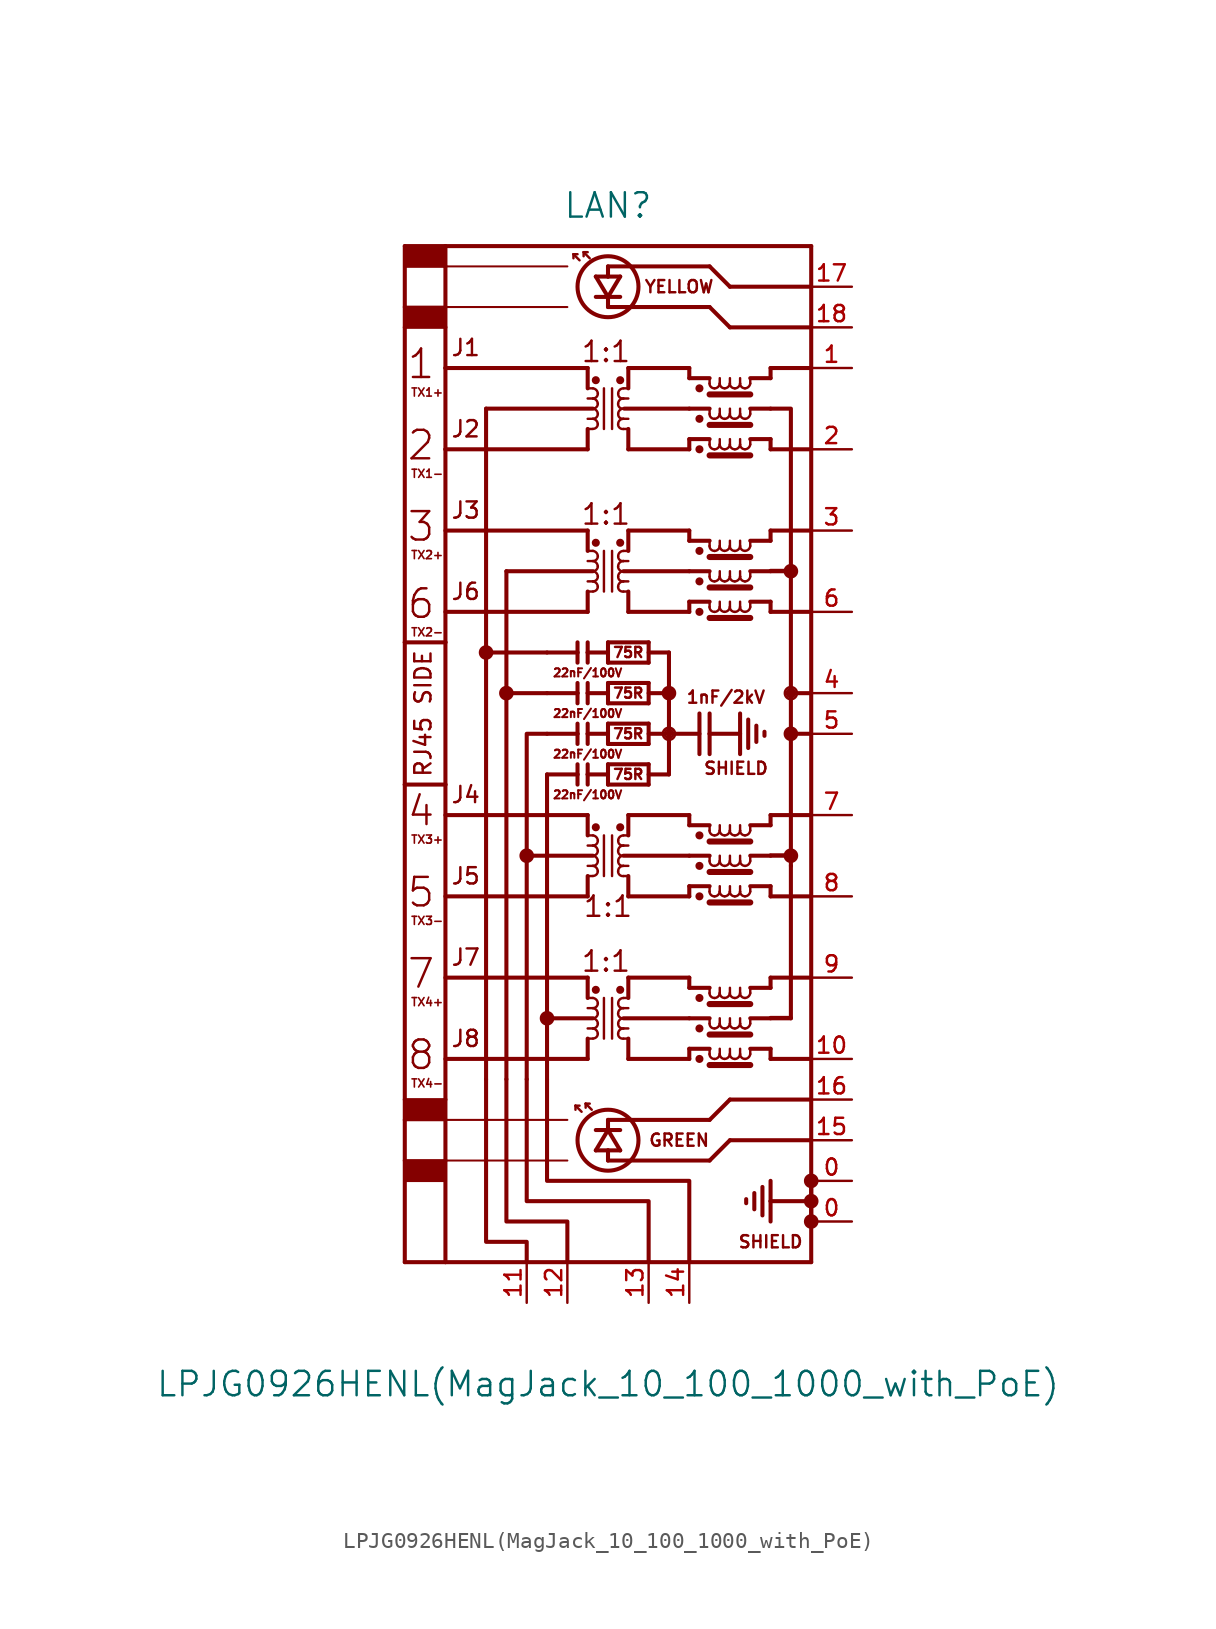
<source format=kicad_sym>
(kicad_symbol_lib
  (version 20220914)
  (generator kicad_symbol_editor)
  (symbol "LPJG0926HENL(MagJack_10_100_1000_with_PoE)"
    (pin_names hide)
    (property "Reference" "LAN"
      (at 0 35.56 0)
      (effects (font (size 1.524 1.524))))
    (property "Value" "LPJG0926HENL(MagJack_10_100_1000_with_PoE)"
      (at 0 -38.1 0)
      (effects (font (size 1.524 1.524))))
    (symbol "LPJG0926HENL(MagJack_10_100_1000_with_PoE)_0_1"
      (rectangle (start -12.7 -25.4) (end -10.16 -24.13) (stroke (width 0) (type solid)) (fill (type outline)))
      (rectangle (start -12.7 -21.59) (end -10.16 -20.32) (stroke (width 0) (type solid)) (fill (type outline)))
      (rectangle (start -12.7 27.94) (end -10.16 29.21) (stroke (width 0) (type solid)) (fill (type outline)))
      (rectangle (start -12.7 31.75) (end -10.16 33.02) (stroke (width 0) (type solid)) (fill (type outline)))
      (circle (center -7.62 7.62) (radius 0.381) (stroke (width 0) (type solid)) (fill (type outline)))
      (circle (center -6.35 5.08) (radius 0.381) (stroke (width 0) (type solid)) (fill (type outline)))
      (circle (center -5.08 -5.08) (radius 0.381) (stroke (width 0) (type solid)) (fill (type outline)))
      (circle (center -3.81 -15.24) (radius 0.381) (stroke (width 0) (type solid)) (fill (type outline)))
      (arc (start -0.9398 -16.51) (mid -0.7243 -16.4207) (end -0.635 -16.2052) (stroke (width 0) (type solid)) (fill (type none)))
      (arc (start -0.9398 -15.875) (mid -0.7243 -15.7857) (end -0.635 -15.5702) (stroke (width 0) (type solid)) (fill (type none)))
      (arc (start -0.9398 -15.24) (mid -0.7243 -15.1507) (end -0.635 -14.9352) (stroke (width 0) (type solid)) (fill (type none)))
      (arc (start -0.9398 -14.605) (mid -0.7243 -14.5157) (end -0.635 -14.3002) (stroke (width 0) (type solid)) (fill (type none)))
      (arc (start -0.9398 -6.35) (mid -0.7243 -6.2607) (end -0.635 -6.0452) (stroke (width 0) (type solid)) (fill (type none)))
      (arc (start -0.9398 -5.715) (mid -0.7243 -5.6257) (end -0.635 -5.4102) (stroke (width 0) (type solid)) (fill (type none)))
      (arc (start -0.9398 -5.08) (mid -0.7243 -4.9907) (end -0.635 -4.7752) (stroke (width 0) (type solid)) (fill (type none)))
      (arc (start -0.9398 -4.445) (mid -0.7243 -4.3557) (end -0.635 -4.1402) (stroke (width 0) (type solid)) (fill (type none)))
      (arc (start -0.9398 11.43) (mid -0.7243 11.5193) (end -0.635 11.7348) (stroke (width 0) (type solid)) (fill (type none)))
      (arc (start -0.9398 12.065) (mid -0.7243 12.1543) (end -0.635 12.3698) (stroke (width 0) (type solid)) (fill (type none)))
      (arc (start -0.9398 12.7) (mid -0.7243 12.7893) (end -0.635 13.0048) (stroke (width 0) (type solid)) (fill (type none)))
      (arc (start -0.9398 13.335) (mid -0.7243 13.4243) (end -0.635 13.6398) (stroke (width 0) (type solid)) (fill (type none)))
      (arc (start -0.9398 21.59) (mid -0.7243 21.6793) (end -0.635 21.8948) (stroke (width 0) (type solid)) (fill (type none)))
      (arc (start -0.9398 22.225) (mid -0.7243 22.3143) (end -0.635 22.5298) (stroke (width 0) (type solid)) (fill (type none)))
      (arc (start -0.9398 22.86) (mid -0.7243 22.9493) (end -0.635 23.1648) (stroke (width 0) (type solid)) (fill (type none)))
      (arc (start -0.9398 23.495) (mid -0.7243 23.5843) (end -0.635 23.7998) (stroke (width 0) (type solid)) (fill (type none)))
      (circle (center -0.762 -13.462) (radius 0.127) (stroke (width 0.254) (type solid)) (fill (type outline)))
      (circle (center -0.762 -3.302) (radius 0.127) (stroke (width 0.254) (type solid)) (fill (type outline)))
      (circle (center -0.762 14.478) (radius 0.127) (stroke (width 0.254) (type solid)) (fill (type outline)))
      (circle (center -0.762 24.638) (radius 0.127) (stroke (width 0.254) (type solid)) (fill (type outline)))
      (arc (start -0.635 -16.2052) (mid -0.7243 -15.9897) (end -0.9398 -15.875) (stroke (width 0) (type solid)) (fill (type none)))
      (arc (start -0.635 -15.5702) (mid -0.7243 -15.3547) (end -0.9398 -15.24) (stroke (width 0) (type solid)) (fill (type none)))
      (arc (start -0.635 -14.9352) (mid -0.7243 -14.7197) (end -0.9398 -14.605) (stroke (width 0) (type solid)) (fill (type none)))
      (arc (start -0.635 -14.3002) (mid -0.7243 -14.0847) (end -0.9398 -13.97) (stroke (width 0) (type solid)) (fill (type none)))
      (arc (start -0.635 -6.0452) (mid -0.7243 -5.8297) (end -0.9398 -5.715) (stroke (width 0) (type solid)) (fill (type none)))
      (arc (start -0.635 -5.4102) (mid -0.7243 -5.1947) (end -0.9398 -5.08) (stroke (width 0) (type solid)) (fill (type none)))
      (arc (start -0.635 -4.7752) (mid -0.7243 -4.5597) (end -0.9398 -4.445) (stroke (width 0) (type solid)) (fill (type none)))
      (arc (start -0.635 -4.1402) (mid -0.7243 -3.9247) (end -0.9398 -3.81) (stroke (width 0) (type solid)) (fill (type none)))
      (arc (start -0.635 11.7348) (mid -0.7243 11.9503) (end -0.9398 12.065) (stroke (width 0) (type solid)) (fill (type none)))
      (arc (start -0.635 12.3698) (mid -0.7243 12.5853) (end -0.9398 12.7) (stroke (width 0) (type solid)) (fill (type none)))
      (arc (start -0.635 13.0048) (mid -0.7243 13.2203) (end -0.9398 13.335) (stroke (width 0) (type solid)) (fill (type none)))
      (arc (start -0.635 13.6398) (mid -0.7243 13.8553) (end -0.9398 13.97) (stroke (width 0) (type solid)) (fill (type none)))
      (arc (start -0.635 21.8948) (mid -0.7243 22.1103) (end -0.9398 22.225) (stroke (width 0) (type solid)) (fill (type none)))
      (arc (start -0.635 22.5298) (mid -0.7243 22.7453) (end -0.9398 22.86) (stroke (width 0) (type solid)) (fill (type none)))
      (arc (start -0.635 23.1648) (mid -0.7243 23.3803) (end -0.9398 23.495) (stroke (width 0) (type solid)) (fill (type none)))
      (arc (start -0.635 23.7998) (mid -0.7243 24.0153) (end -0.9398 24.13) (stroke (width 0) (type solid)) (fill (type none)))
      (circle (center 0 -22.86) (radius 1.905) (stroke (width 0.254) (type solid)) (fill (type none)))
      (polyline (pts (xy -12.7 -30.48) (xy -10.16 -30.48)) (stroke (width 0.254) (type solid)) (fill (type none)))
      (polyline (pts (xy -12.7 -24.13) (xy -12.7 -30.48)) (stroke (width 0.254) (type solid)) (fill (type none)))
      (polyline (pts (xy -12.7 -21.59) (xy -12.7 -24.13)) (stroke (width 0.254) (type solid)) (fill (type none)))
      (polyline (pts (xy -12.7 -20.32) (xy -12.7 -21.59)) (stroke (width 0.254) (type solid)) (fill (type none)))
      (polyline (pts (xy -12.7 -20.32) (xy -10.16 -20.32)) (stroke (width 0) (type solid)) (fill (type none)))
      (polyline (pts (xy -12.7 -0.635) (xy -12.7 -20.32)) (stroke (width 0.254) (type solid)) (fill (type none)))
      (polyline (pts (xy -12.7 -0.635) (xy -10.16 -0.635)) (stroke (width 0.254) (type solid)) (fill (type none)))
      (polyline (pts (xy -12.7 8.255) (xy -12.7 -0.635)) (stroke (width 0.254) (type solid)) (fill (type none)))
      (polyline (pts (xy -12.7 8.255) (xy -10.16 8.255)) (stroke (width 0.254) (type solid)) (fill (type none)))
      (polyline (pts (xy -12.7 27.94) (xy -12.7 8.255)) (stroke (width 0.254) (type solid)) (fill (type none)))
      (polyline (pts (xy -12.7 29.21) (xy -12.7 27.94)) (stroke (width 0.254) (type solid)) (fill (type none)))
      (polyline (pts (xy -12.7 33.02) (xy -12.7 29.21)) (stroke (width 0.254) (type solid)) (fill (type none)))
      (polyline (pts (xy -10.16 -30.48) (xy -10.16 -24.13)) (stroke (width 0.254) (type solid)) (fill (type none)))
      (polyline (pts (xy -10.16 -24.13) (xy -12.7 -24.13)) (stroke (width 0) (type solid)) (fill (type none)))
      (polyline (pts (xy -10.16 -24.13) (xy -10.16 -21.59)) (stroke (width 0.254) (type solid)) (fill (type none)))
      (polyline (pts (xy -10.16 -24.13) (xy -2.54 -24.13)) (stroke (width 0.127) (type solid)) (fill (type none)))
      (polyline (pts (xy -10.16 -21.59) (xy -12.7 -21.59)) (stroke (width 0) (type solid)) (fill (type none)))
      (polyline (pts (xy -10.16 -21.59) (xy -10.16 -20.32)) (stroke (width 0.254) (type solid)) (fill (type none)))
      (polyline (pts (xy -10.16 -21.59) (xy -2.54 -21.59)) (stroke (width 0.127) (type solid)) (fill (type none)))
      (polyline (pts (xy -10.16 -20.32) (xy -10.16 -0.635)) (stroke (width 0.254) (type solid)) (fill (type none)))
      (polyline (pts (xy -10.16 -17.78) (xy -1.27 -17.78)) (stroke (width 0.254) (type solid)) (fill (type none)))
      (polyline (pts (xy -10.16 -12.7) (xy -1.27 -12.7)) (stroke (width 0.254) (type solid)) (fill (type none)))
      (polyline (pts (xy -10.16 -7.62) (xy -1.27 -7.62)) (stroke (width 0.254) (type solid)) (fill (type none)))
      (polyline (pts (xy -10.16 -2.54) (xy -1.27 -2.54)) (stroke (width 0.254) (type solid)) (fill (type none)))
      (polyline (pts (xy -10.16 -0.635) (xy -10.16 8.255)) (stroke (width 0.254) (type solid)) (fill (type none)))
      (polyline (pts (xy -10.16 8.255) (xy -10.16 20.32)) (stroke (width 0.254) (type solid)) (fill (type none)))
      (polyline (pts (xy -10.16 10.16) (xy -1.27 10.16)) (stroke (width 0.254) (type solid)) (fill (type none)))
      (polyline (pts (xy -10.16 15.24) (xy -1.27 15.24)) (stroke (width 0.254) (type solid)) (fill (type none)))
      (polyline (pts (xy -10.16 20.32) (xy -10.16 25.4)) (stroke (width 0.254) (type solid)) (fill (type none)))
      (polyline (pts (xy -10.16 20.32) (xy -1.27 20.32)) (stroke (width 0.254) (type solid)) (fill (type none)))
      (polyline (pts (xy -10.16 25.4) (xy -10.16 27.94)) (stroke (width 0.254) (type solid)) (fill (type none)))
      (polyline (pts (xy -10.16 25.4) (xy -1.27 25.4)) (stroke (width 0.254) (type solid)) (fill (type none)))
      (polyline (pts (xy -10.16 27.94) (xy -12.7 27.94)) (stroke (width 0) (type solid)) (fill (type none)))
      (polyline (pts (xy -10.16 27.94) (xy -10.16 29.21)) (stroke (width 0.254) (type solid)) (fill (type none)))
      (polyline (pts (xy -10.16 29.21) (xy -12.7 29.21)) (stroke (width 0) (type solid)) (fill (type none)))
      (polyline (pts (xy -10.16 29.21) (xy -10.16 31.75)) (stroke (width 0.254) (type solid)) (fill (type none)))
      (polyline (pts (xy -10.16 29.21) (xy -2.54 29.21)) (stroke (width 0.127) (type solid)) (fill (type none)))
      (polyline (pts (xy -10.16 31.75) (xy -12.7 31.75)) (stroke (width 0) (type solid)) (fill (type none)))
      (polyline (pts (xy -10.16 31.75) (xy -10.16 33.02)) (stroke (width 0.254) (type solid)) (fill (type none)))
      (polyline (pts (xy -10.16 31.75) (xy -2.54 31.75)) (stroke (width 0.127) (type solid)) (fill (type none)))
      (polyline (pts (xy -10.16 33.02) (xy -12.7 33.02)) (stroke (width 0.254) (type solid)) (fill (type none)))
      (polyline (pts (xy -10.16 33.02) (xy 12.7 33.02)) (stroke (width 0.254) (type solid)) (fill (type none)))
      (polyline (pts (xy -7.62 22.86) (xy -7.62 -19.05)) (stroke (width 0.254) (type solid)) (fill (type none)))
      (polyline (pts (xy -6.35 12.7) (xy -6.35 -19.05)) (stroke (width 0.254) (type solid)) (fill (type none)))
      (polyline (pts (xy -5.08 -5.08) (xy -5.08 -19.05)) (stroke (width 0.254) (type solid)) (fill (type none)))
      (polyline (pts (xy -3.81 -15.24) (xy -3.81 -19.05)) (stroke (width 0.254) (type solid)) (fill (type none)))
      (polyline (pts (xy -3.81 -15.24) (xy -3.81 0)) (stroke (width 0.254) (type solid)) (fill (type none)))
      (polyline (pts (xy -3.81 5.08) (xy -6.35 5.08)) (stroke (width 0.254) (type solid)) (fill (type none)))
      (polyline (pts (xy -3.81 7.62) (xy -7.62 7.62)) (stroke (width 0.254) (type solid)) (fill (type none)))
      (polyline (pts (xy -2.159 32.512) (xy -2.159 32.258)) (stroke (width 0) (type solid)) (fill (type none)))
      (polyline (pts (xy -2.032 -20.701) (xy -2.032 -20.955)) (stroke (width 0) (type solid)) (fill (type none)))
      (polyline (pts (xy -1.905 -0.635) (xy -1.905 0)) (stroke (width 0.254) (type solid)) (fill (type none)))
      (polyline (pts (xy -1.905 0) (xy -3.81 0)) (stroke (width 0.254) (type solid)) (fill (type none)))
      (polyline (pts (xy -1.905 0) (xy -1.905 0.635)) (stroke (width 0.254) (type solid)) (fill (type none)))
      (polyline (pts (xy -1.905 1.905) (xy -1.905 2.54)) (stroke (width 0.254) (type solid)) (fill (type none)))
      (polyline (pts (xy -1.905 2.54) (xy -3.81 2.54)) (stroke (width 0.254) (type solid)) (fill (type none)))
      (polyline (pts (xy -1.905 2.54) (xy -1.905 3.175)) (stroke (width 0.254) (type solid)) (fill (type none)))
      (polyline (pts (xy -1.905 4.445) (xy -1.905 5.08)) (stroke (width 0.254) (type solid)) (fill (type none)))
      (polyline (pts (xy -1.905 5.08) (xy -3.81 5.08)) (stroke (width 0.254) (type solid)) (fill (type none)))
      (polyline (pts (xy -1.905 5.08) (xy -1.905 5.715)) (stroke (width 0.254) (type solid)) (fill (type none)))
      (polyline (pts (xy -1.905 6.985) (xy -1.905 7.62)) (stroke (width 0.254) (type solid)) (fill (type none)))
      (polyline (pts (xy -1.905 7.62) (xy -3.81 7.62)) (stroke (width 0.254) (type solid)) (fill (type none)))
      (polyline (pts (xy -1.905 7.62) (xy -1.905 8.255)) (stroke (width 0.254) (type solid)) (fill (type none)))
      (polyline (pts (xy -1.905 32.512) (xy -2.159 32.512)) (stroke (width 0) (type solid)) (fill (type none)))
      (polyline (pts (xy -1.778 -20.701) (xy -2.032 -20.701)) (stroke (width 0) (type solid)) (fill (type none)))
      (polyline (pts (xy -1.778 32.131) (xy -2.159 32.512)) (stroke (width 0) (type solid)) (fill (type none)))
      (polyline (pts (xy -1.651 -21.082) (xy -2.032 -20.701)) (stroke (width 0) (type solid)) (fill (type none)))
      (polyline (pts (xy -1.524 32.639) (xy -1.524 32.385)) (stroke (width 0) (type solid)) (fill (type none)))
      (polyline (pts (xy -1.524 32.639) (xy -1.27 32.639)) (stroke (width 0) (type solid)) (fill (type none)))
      (polyline (pts (xy -1.397 -20.574) (xy -1.397 -20.828)) (stroke (width 0) (type solid)) (fill (type none)))
      (polyline (pts (xy -1.397 -20.574) (xy -1.143 -20.574)) (stroke (width 0) (type solid)) (fill (type none)))
      (polyline (pts (xy -1.27 -17.78) (xy -1.27 -16.51)) (stroke (width 0.254) (type solid)) (fill (type none)))
      (polyline (pts (xy -1.27 -15.875) (xy -0.94 -15.875)) (stroke (width 0) (type solid)) (fill (type none)))
      (polyline (pts (xy -1.27 -14.605) (xy -0.94 -14.605)) (stroke (width 0) (type solid)) (fill (type none)))
      (polyline (pts (xy -1.27 -13.97) (xy -0.94 -13.97)) (stroke (width 0) (type solid)) (fill (type none)))
      (polyline (pts (xy -1.27 -12.7) (xy -1.27 -13.97)) (stroke (width 0.254) (type solid)) (fill (type none)))
      (polyline (pts (xy -1.27 -7.62) (xy -1.27 -6.35)) (stroke (width 0.254) (type solid)) (fill (type none)))
      (polyline (pts (xy -1.27 -5.715) (xy -0.94 -5.715)) (stroke (width 0) (type solid)) (fill (type none)))
      (polyline (pts (xy -1.27 -4.445) (xy -0.94 -4.445)) (stroke (width 0) (type solid)) (fill (type none)))
      (polyline (pts (xy -1.27 -3.81) (xy -0.94 -3.81)) (stroke (width 0) (type solid)) (fill (type none)))
      (polyline (pts (xy -1.27 -2.54) (xy -1.27 -3.81)) (stroke (width 0.254) (type solid)) (fill (type none)))
      (polyline (pts (xy -1.27 -0.635) (xy -1.27 0)) (stroke (width 0.254) (type solid)) (fill (type none)))
      (polyline (pts (xy -1.27 0) (xy -1.27 0.635)) (stroke (width 0.254) (type solid)) (fill (type none)))
      (polyline (pts (xy -1.27 1.905) (xy -1.27 2.54)) (stroke (width 0.254) (type solid)) (fill (type none)))
      (polyline (pts (xy -1.27 2.54) (xy -1.27 3.175)) (stroke (width 0.254) (type solid)) (fill (type none)))
      (polyline (pts (xy -1.27 4.445) (xy -1.27 5.08)) (stroke (width 0.254) (type solid)) (fill (type none)))
      (polyline (pts (xy -1.27 5.08) (xy -1.27 5.715)) (stroke (width 0.254) (type solid)) (fill (type none)))
      (polyline (pts (xy -1.27 6.985) (xy -1.27 7.62)) (stroke (width 0.254) (type solid)) (fill (type none)))
      (polyline (pts (xy -1.27 7.62) (xy -1.27 8.255)) (stroke (width 0.254) (type solid)) (fill (type none)))
      (polyline (pts (xy -1.27 10.16) (xy -1.27 11.43)) (stroke (width 0.254) (type solid)) (fill (type none)))
      (polyline (pts (xy -1.27 12.065) (xy -0.94 12.065)) (stroke (width 0) (type solid)) (fill (type none)))
      (polyline (pts (xy -1.27 13.335) (xy -0.94 13.335)) (stroke (width 0) (type solid)) (fill (type none)))
      (polyline (pts (xy -1.27 13.97) (xy -0.94 13.97)) (stroke (width 0) (type solid)) (fill (type none)))
      (polyline (pts (xy -1.27 15.24) (xy -1.27 13.97)) (stroke (width 0.254) (type solid)) (fill (type none)))
      (polyline (pts (xy -1.27 20.32) (xy -1.27 21.59)) (stroke (width 0.254) (type solid)) (fill (type none)))
      (polyline (pts (xy -1.27 22.225) (xy -0.94 22.225)) (stroke (width 0) (type solid)) (fill (type none)))
      (polyline (pts (xy -1.27 23.495) (xy -0.94 23.495)) (stroke (width 0) (type solid)) (fill (type none)))
      (polyline (pts (xy -1.27 24.13) (xy -0.94 24.13)) (stroke (width 0) (type solid)) (fill (type none)))
      (polyline (pts (xy -1.27 25.4) (xy -1.27 24.13)) (stroke (width 0.254) (type solid)) (fill (type none)))
      (polyline (pts (xy -1.143 32.258) (xy -1.524 32.639)) (stroke (width 0) (type solid)) (fill (type none)))
      (polyline (pts (xy -1.016 -20.955) (xy -1.397 -20.574)) (stroke (width 0) (type solid)) (fill (type none)))
      (polyline (pts (xy -0.94 -16.51) (xy -1.27 -16.51)) (stroke (width 0) (type solid)) (fill (type none)))
      (polyline (pts (xy -0.94 -15.24) (xy -3.81 -15.24)) (stroke (width 0.254) (type solid)) (fill (type none)))
      (polyline (pts (xy -0.94 -6.35) (xy -1.27 -6.35)) (stroke (width 0) (type solid)) (fill (type none)))
      (polyline (pts (xy -0.94 -5.08) (xy -5.08 -5.08)) (stroke (width 0.254) (type solid)) (fill (type none)))
      (polyline (pts (xy -0.94 11.43) (xy -1.27 11.43)) (stroke (width 0) (type solid)) (fill (type none)))
      (polyline (pts (xy -0.94 12.7) (xy -6.35 12.7)) (stroke (width 0.254) (type solid)) (fill (type none)))
      (polyline (pts (xy -0.94 21.59) (xy -1.27 21.59)) (stroke (width 0) (type solid)) (fill (type none)))
      (polyline (pts (xy -0.94 22.86) (xy -7.62 22.86)) (stroke (width 0.254) (type solid)) (fill (type none)))
      (polyline (pts (xy -0.762 -23.495) (xy 0 -23.495)) (stroke (width 0.254) (type solid)) (fill (type none)))
      (polyline (pts (xy -0.762 -23.495) (xy 0 -22.225)) (stroke (width 0.254) (type solid)) (fill (type none)))
      (polyline (pts (xy -0.762 -22.225) (xy 0 -22.225)) (stroke (width 0.254) (type solid)) (fill (type none)))
      (polyline (pts (xy -0.254 -13.97) (xy -0.254 -16.51)) (stroke (width 0) (type solid)) (fill (type none)))
      (polyline (pts (xy -0.254 -3.81) (xy -0.254 -6.35)) (stroke (width 0) (type solid)) (fill (type none)))
      (polyline (pts (xy -0.254 13.97) (xy -0.254 11.43)) (stroke (width 0) (type solid)) (fill (type none)))
      (polyline (pts (xy -0.254 24.13) (xy -0.254 21.59)) (stroke (width 0) (type solid)) (fill (type none)))
      (polyline (pts (xy 0 -24.13) (xy 6.35 -24.13)) (stroke (width 0.254) (type solid)) (fill (type none)))
      (polyline (pts (xy 0 -23.495) (xy 0 -24.13)) (stroke (width 0.254) (type solid)) (fill (type none)))
      (polyline (pts (xy 0 -23.495) (xy 0.762 -23.495)) (stroke (width 0.254) (type solid)) (fill (type none)))
      (polyline (pts (xy 0 -22.225) (xy 0 -21.59)) (stroke (width 0.254) (type solid)) (fill (type none)))
      (polyline (pts (xy 0 -22.225) (xy 0.762 -23.495)) (stroke (width 0.254) (type solid)) (fill (type none)))
      (polyline (pts (xy 0 -22.225) (xy 0.762 -22.225)) (stroke (width 0.254) (type solid)) (fill (type none)))
      (polyline (pts (xy 0 -21.59) (xy 6.35 -21.59)) (stroke (width 0.254) (type solid)) (fill (type none)))
      (polyline (pts (xy 0 -0.635) (xy 0 0)) (stroke (width 0.254) (type solid)) (fill (type none)))
      (polyline (pts (xy 0 0) (xy -1.27 0)) (stroke (width 0.254) (type solid)) (fill (type none)))
      (polyline (pts (xy 0 0) (xy 0 0.635)) (stroke (width 0.254) (type solid)) (fill (type none)))
      (polyline (pts (xy 0 0.635) (xy 2.54 0.635)) (stroke (width 0.254) (type solid)) (fill (type none)))
      (polyline (pts (xy 0 1.905) (xy 0 2.54)) (stroke (width 0.254) (type solid)) (fill (type none)))
      (polyline (pts (xy 0 2.54) (xy -1.27 2.54)) (stroke (width 0.254) (type solid)) (fill (type none)))
      (polyline (pts (xy 0 2.54) (xy 0 3.175)) (stroke (width 0.254) (type solid)) (fill (type none)))
      (polyline (pts (xy 0 3.175) (xy 2.54 3.175)) (stroke (width 0.254) (type solid)) (fill (type none)))
      (polyline (pts (xy 0 4.445) (xy 0 5.08)) (stroke (width 0.254) (type solid)) (fill (type none)))
      (polyline (pts (xy 0 5.08) (xy -1.27 5.08)) (stroke (width 0.254) (type solid)) (fill (type none)))
      (polyline (pts (xy 0 5.08) (xy 0 5.715)) (stroke (width 0.254) (type solid)) (fill (type none)))
      (polyline (pts (xy 0 5.715) (xy 2.54 5.715)) (stroke (width 0.254) (type solid)) (fill (type none)))
      (polyline (pts (xy 0 6.985) (xy 0 7.62)) (stroke (width 0.254) (type solid)) (fill (type none)))
      (polyline (pts (xy 0 7.62) (xy -1.27 7.62)) (stroke (width 0.254) (type solid)) (fill (type none)))
      (polyline (pts (xy 0 7.62) (xy 0 8.255)) (stroke (width 0.254) (type solid)) (fill (type none)))
      (polyline (pts (xy 0 8.255) (xy 2.54 8.255)) (stroke (width 0.254) (type solid)) (fill (type none)))
      (polyline (pts (xy 0 29.21) (xy 6.35 29.21)) (stroke (width 0.254) (type solid)) (fill (type none)))
      (polyline (pts (xy 0 29.845) (xy -0.762 29.845)) (stroke (width 0.254) (type solid)) (fill (type none)))
      (polyline (pts (xy 0 29.845) (xy -0.762 31.115)) (stroke (width 0.254) (type solid)) (fill (type none)))
      (polyline (pts (xy 0 29.845) (xy 0 29.21)) (stroke (width 0.254) (type solid)) (fill (type none)))
      (polyline (pts (xy 0 31.115) (xy -0.762 31.115)) (stroke (width 0.254) (type solid)) (fill (type none)))
      (polyline (pts (xy 0 31.115) (xy 0 31.75)) (stroke (width 0.254) (type solid)) (fill (type none)))
      (polyline (pts (xy 0 31.75) (xy 6.35 31.75)) (stroke (width 0.254) (type solid)) (fill (type none)))
      (polyline (pts (xy 0.254 -13.97) (xy 0.254 -16.51)) (stroke (width 0) (type solid)) (fill (type none)))
      (polyline (pts (xy 0.254 -3.81) (xy 0.254 -6.35)) (stroke (width 0) (type solid)) (fill (type none)))
      (polyline (pts (xy 0.254 13.97) (xy 0.254 11.43)) (stroke (width 0) (type solid)) (fill (type none)))
      (polyline (pts (xy 0.254 24.13) (xy 0.254 21.59)) (stroke (width 0) (type solid)) (fill (type none)))
      (polyline (pts (xy 0.762 29.845) (xy 0 29.845)) (stroke (width 0.254) (type solid)) (fill (type none)))
      (polyline (pts (xy 0.762 31.115) (xy 0 29.845)) (stroke (width 0.254) (type solid)) (fill (type none)))
      (polyline (pts (xy 0.762 31.115) (xy 0 31.115)) (stroke (width 0.254) (type solid)) (fill (type none)))
      (polyline (pts (xy 0.965 -16.51) (xy 1.27 -16.51)) (stroke (width 0) (type solid)) (fill (type none)))
      (polyline (pts (xy 0.965 -15.24) (xy 5.08 -15.24)) (stroke (width 0.254) (type solid)) (fill (type none)))
      (polyline (pts (xy 0.965 -6.35) (xy 1.27 -6.35)) (stroke (width 0) (type solid)) (fill (type none)))
      (polyline (pts (xy 0.965 -5.08) (xy 5.08 -5.08)) (stroke (width 0.254) (type solid)) (fill (type none)))
      (polyline (pts (xy 0.965 11.43) (xy 1.27 11.43)) (stroke (width 0) (type solid)) (fill (type none)))
      (polyline (pts (xy 0.965 12.7) (xy 5.08 12.7)) (stroke (width 0.254) (type solid)) (fill (type none)))
      (polyline (pts (xy 0.965 21.59) (xy 1.27 21.59)) (stroke (width 0) (type solid)) (fill (type none)))
      (polyline (pts (xy 1.016 22.86) (xy 5.08 22.86)) (stroke (width 0.254) (type solid)) (fill (type none)))
      (polyline (pts (xy 1.27 -17.78) (xy 1.27 -16.51)) (stroke (width 0.254) (type solid)) (fill (type none)))
      (polyline (pts (xy 1.27 -15.875) (xy 0.965 -15.875)) (stroke (width 0) (type solid)) (fill (type none)))
      (polyline (pts (xy 1.27 -14.605) (xy 0.965 -14.605)) (stroke (width 0) (type solid)) (fill (type none)))
      (polyline (pts (xy 1.27 -13.97) (xy 0.965 -13.97)) (stroke (width 0) (type solid)) (fill (type none)))
      (polyline (pts (xy 1.27 -12.7) (xy 1.27 -13.97)) (stroke (width 0.254) (type solid)) (fill (type none)))
      (polyline (pts (xy 1.27 -7.62) (xy 1.27 -6.35)) (stroke (width 0.254) (type solid)) (fill (type none)))
      (polyline (pts (xy 1.27 -5.715) (xy 0.965 -5.715)) (stroke (width 0) (type solid)) (fill (type none)))
      (polyline (pts (xy 1.27 -4.445) (xy 0.965 -4.445)) (stroke (width 0) (type solid)) (fill (type none)))
      (polyline (pts (xy 1.27 -3.81) (xy 0.965 -3.81)) (stroke (width 0) (type solid)) (fill (type none)))
      (polyline (pts (xy 1.27 -2.54) (xy 1.27 -3.81)) (stroke (width 0.254) (type solid)) (fill (type none)))
      (polyline (pts (xy 1.27 10.16) (xy 1.27 11.43)) (stroke (width 0.254) (type solid)) (fill (type none)))
      (polyline (pts (xy 1.27 12.065) (xy 0.965 12.065)) (stroke (width 0) (type solid)) (fill (type none)))
      (polyline (pts (xy 1.27 13.335) (xy 0.965 13.335)) (stroke (width 0) (type solid)) (fill (type none)))
      (polyline (pts (xy 1.27 13.97) (xy 0.965 13.97)) (stroke (width 0) (type solid)) (fill (type none)))
      (polyline (pts (xy 1.27 15.24) (xy 1.27 13.97)) (stroke (width 0.254) (type solid)) (fill (type none)))
      (polyline (pts (xy 1.27 20.32) (xy 1.27 21.59)) (stroke (width 0.254) (type solid)) (fill (type none)))
      (polyline (pts (xy 1.27 22.225) (xy 0.965 22.225)) (stroke (width 0) (type solid)) (fill (type none)))
      (polyline (pts (xy 1.27 23.495) (xy 0.965 23.495)) (stroke (width 0) (type solid)) (fill (type none)))
      (polyline (pts (xy 1.27 24.13) (xy 0.965 24.13)) (stroke (width 0) (type solid)) (fill (type none)))
      (polyline (pts (xy 1.27 25.4) (xy 1.27 24.13)) (stroke (width 0.254) (type solid)) (fill (type none)))
      (polyline (pts (xy 2.54 -0.635) (xy 0 -0.635)) (stroke (width 0.254) (type solid)) (fill (type none)))
      (polyline (pts (xy 2.54 0.635) (xy 2.54 -0.635)) (stroke (width 0.254) (type solid)) (fill (type none)))
      (polyline (pts (xy 2.54 1.905) (xy 0 1.905)) (stroke (width 0.254) (type solid)) (fill (type none)))
      (polyline (pts (xy 2.54 3.175) (xy 2.54 1.905)) (stroke (width 0.254) (type solid)) (fill (type none)))
      (polyline (pts (xy 2.54 4.445) (xy 0 4.445)) (stroke (width 0.254) (type solid)) (fill (type none)))
      (polyline (pts (xy 2.54 5.715) (xy 2.54 4.445)) (stroke (width 0.254) (type solid)) (fill (type none)))
      (polyline (pts (xy 2.54 6.985) (xy 0 6.985)) (stroke (width 0.254) (type solid)) (fill (type none)))
      (polyline (pts (xy 2.54 8.255) (xy 2.54 6.985)) (stroke (width 0.254) (type solid)) (fill (type none)))
      (polyline (pts (xy 3.81 0) (xy 2.54 0)) (stroke (width 0.254) (type solid)) (fill (type none)))
      (polyline (pts (xy 3.81 2.54) (xy 2.54 2.54)) (stroke (width 0.254) (type solid)) (fill (type none)))
      (polyline (pts (xy 3.81 2.54) (xy 5.715 2.54)) (stroke (width 0.254) (type solid)) (fill (type none)))
      (polyline (pts (xy 3.81 5.08) (xy 2.54 5.08)) (stroke (width 0.254) (type solid)) (fill (type none)))
      (polyline (pts (xy 3.81 7.62) (xy 2.54 7.62)) (stroke (width 0.254) (type solid)) (fill (type none)))
      (polyline (pts (xy 3.81 7.62) (xy 3.81 0)) (stroke (width 0.254) (type solid)) (fill (type none)))
      (polyline (pts (xy 5.08 -17.78) (xy 1.27 -17.78)) (stroke (width 0.254) (type solid)) (fill (type none)))
      (polyline (pts (xy 5.08 -17.145) (xy 5.08 -17.78)) (stroke (width 0.254) (type solid)) (fill (type none)))
      (polyline (pts (xy 5.08 -17.145) (xy 6.35 -17.145)) (stroke (width 0.254) (type solid)) (fill (type none)))
      (polyline (pts (xy 5.08 -15.24) (xy 6.35 -15.24)) (stroke (width 0.254) (type solid)) (fill (type none)))
      (polyline (pts (xy 5.08 -13.335) (xy 5.08 -12.7)) (stroke (width 0.254) (type solid)) (fill (type none)))
      (polyline (pts (xy 5.08 -13.335) (xy 6.35 -13.335)) (stroke (width 0.254) (type solid)) (fill (type none)))
      (polyline (pts (xy 5.08 -12.7) (xy 1.27 -12.7)) (stroke (width 0.254) (type solid)) (fill (type none)))
      (polyline (pts (xy 5.08 -7.62) (xy 1.27 -7.62)) (stroke (width 0.254) (type solid)) (fill (type none)))
      (polyline (pts (xy 5.08 -6.985) (xy 5.08 -7.62)) (stroke (width 0.254) (type solid)) (fill (type none)))
      (polyline (pts (xy 5.08 -6.985) (xy 6.35 -6.985)) (stroke (width 0.254) (type solid)) (fill (type none)))
      (polyline (pts (xy 5.08 -5.08) (xy 6.35 -5.08)) (stroke (width 0.254) (type solid)) (fill (type none)))
      (polyline (pts (xy 5.08 -3.175) (xy 5.08 -2.54)) (stroke (width 0.254) (type solid)) (fill (type none)))
      (polyline (pts (xy 5.08 -3.175) (xy 6.35 -3.175)) (stroke (width 0.254) (type solid)) (fill (type none)))
      (polyline (pts (xy 5.08 -2.54) (xy 1.27 -2.54)) (stroke (width 0.254) (type solid)) (fill (type none)))
      (polyline (pts (xy 5.08 10.16) (xy 1.27 10.16)) (stroke (width 0.254) (type solid)) (fill (type none)))
      (polyline (pts (xy 5.08 10.795) (xy 5.08 10.16)) (stroke (width 0.254) (type solid)) (fill (type none)))
      (polyline (pts (xy 5.08 10.795) (xy 6.35 10.795)) (stroke (width 0.254) (type solid)) (fill (type none)))
      (polyline (pts (xy 5.08 12.7) (xy 6.35 12.7)) (stroke (width 0.254) (type solid)) (fill (type none)))
      (polyline (pts (xy 5.08 14.605) (xy 5.08 15.24)) (stroke (width 0.254) (type solid)) (fill (type none)))
      (polyline (pts (xy 5.08 14.605) (xy 6.35 14.605)) (stroke (width 0.254) (type solid)) (fill (type none)))
      (polyline (pts (xy 5.08 15.24) (xy 1.27 15.24)) (stroke (width 0.254) (type solid)) (fill (type none)))
      (polyline (pts (xy 5.08 20.32) (xy 1.27 20.32)) (stroke (width 0.254) (type solid)) (fill (type none)))
      (polyline (pts (xy 5.08 20.955) (xy 5.08 20.32)) (stroke (width 0.254) (type solid)) (fill (type none)))
      (polyline (pts (xy 5.08 20.955) (xy 6.35 20.955)) (stroke (width 0.254) (type solid)) (fill (type none)))
      (polyline (pts (xy 5.08 22.86) (xy 6.35 22.86)) (stroke (width 0.254) (type solid)) (fill (type none)))
      (polyline (pts (xy 5.08 24.765) (xy 5.08 25.4)) (stroke (width 0.254) (type solid)) (fill (type none)))
      (polyline (pts (xy 5.08 24.765) (xy 6.35 24.765)) (stroke (width 0.254) (type solid)) (fill (type none)))
      (polyline (pts (xy 5.08 25.4) (xy 1.27 25.4)) (stroke (width 0.254) (type solid)) (fill (type none)))
      (polyline (pts (xy 5.715 3.81) (xy 5.715 1.27)) (stroke (width 0.254) (type solid)) (fill (type none)))
      (polyline (pts (xy 6.35 -24.13) (xy 7.62 -22.86)) (stroke (width 0.254) (type solid)) (fill (type none)))
      (polyline (pts (xy 6.35 -21.59) (xy 7.62 -20.32)) (stroke (width 0.254) (type solid)) (fill (type none)))
      (polyline (pts (xy 6.35 -17.475) (xy 6.35 -17.145)) (stroke (width 0) (type solid)) (fill (type none)))
      (polyline (pts (xy 6.35 -15.57) (xy 6.35 -15.24)) (stroke (width 0) (type solid)) (fill (type none)))
      (polyline (pts (xy 6.35 -13.665) (xy 6.35 -13.335)) (stroke (width 0) (type solid)) (fill (type none)))
      (polyline (pts (xy 6.35 -7.315) (xy 6.35 -6.985)) (stroke (width 0) (type solid)) (fill (type none)))
      (polyline (pts (xy 6.35 -5.41) (xy 6.35 -5.08)) (stroke (width 0) (type solid)) (fill (type none)))
      (polyline (pts (xy 6.35 -3.505) (xy 6.35 -3.175)) (stroke (width 0) (type solid)) (fill (type none)))
      (polyline (pts (xy 6.35 2.54) (xy 6.35 1.27)) (stroke (width 0.254) (type solid)) (fill (type none)))
      (polyline (pts (xy 6.35 2.54) (xy 8.255 2.54)) (stroke (width 0.254) (type solid)) (fill (type none)))
      (polyline (pts (xy 6.35 3.81) (xy 6.35 2.54)) (stroke (width 0.254) (type solid)) (fill (type none)))
      (polyline (pts (xy 6.35 10.465) (xy 6.35 10.795)) (stroke (width 0) (type solid)) (fill (type none)))
      (polyline (pts (xy 6.35 12.37) (xy 6.35 12.7)) (stroke (width 0) (type solid)) (fill (type none)))
      (polyline (pts (xy 6.35 14.275) (xy 6.35 14.605)) (stroke (width 0) (type solid)) (fill (type none)))
      (polyline (pts (xy 6.35 20.625) (xy 6.35 20.955)) (stroke (width 0) (type solid)) (fill (type none)))
      (polyline (pts (xy 6.35 22.53) (xy 6.35 22.86)) (stroke (width 0) (type solid)) (fill (type none)))
      (polyline (pts (xy 6.35 24.435) (xy 6.35 24.765)) (stroke (width 0) (type solid)) (fill (type none)))
      (polyline (pts (xy 6.35 29.21) (xy 7.62 27.94)) (stroke (width 0.254) (type solid)) (fill (type none)))
      (polyline (pts (xy 6.35 31.75) (xy 7.62 30.48)) (stroke (width 0.254) (type solid)) (fill (type none)))
      (polyline (pts (xy 6.985 -17.145) (xy 6.985 -17.475)) (stroke (width 0) (type solid)) (fill (type none)))
      (polyline (pts (xy 6.985 -15.24) (xy 6.985 -15.57)) (stroke (width 0) (type solid)) (fill (type none)))
      (polyline (pts (xy 6.985 -13.335) (xy 6.985 -13.665)) (stroke (width 0) (type solid)) (fill (type none)))
      (polyline (pts (xy 6.985 -6.985) (xy 6.985 -7.315)) (stroke (width 0) (type solid)) (fill (type none)))
      (polyline (pts (xy 6.985 -5.08) (xy 6.985 -5.41)) (stroke (width 0) (type solid)) (fill (type none)))
      (polyline (pts (xy 6.985 -3.175) (xy 6.985 -3.505)) (stroke (width 0) (type solid)) (fill (type none)))
      (polyline (pts (xy 6.985 10.795) (xy 6.985 10.465)) (stroke (width 0) (type solid)) (fill (type none)))
      (polyline (pts (xy 6.985 12.7) (xy 6.985 12.37)) (stroke (width 0) (type solid)) (fill (type none)))
      (polyline (pts (xy 6.985 14.605) (xy 6.985 14.275)) (stroke (width 0) (type solid)) (fill (type none)))
      (polyline (pts (xy 6.985 20.955) (xy 6.985 20.625)) (stroke (width 0) (type solid)) (fill (type none)))
      (polyline (pts (xy 6.985 22.86) (xy 6.985 22.53)) (stroke (width 0) (type solid)) (fill (type none)))
      (polyline (pts (xy 6.985 24.765) (xy 6.985 24.435)) (stroke (width 0) (type solid)) (fill (type none)))
      (polyline (pts (xy 7.62 -22.86) (xy 12.7 -22.86)) (stroke (width 0.254) (type solid)) (fill (type none)))
      (polyline (pts (xy 7.62 -20.32) (xy 12.7 -20.32)) (stroke (width 0.254) (type solid)) (fill (type none)))
      (polyline (pts (xy 7.62 -17.145) (xy 7.62 -17.475)) (stroke (width 0) (type solid)) (fill (type none)))
      (polyline (pts (xy 7.62 -15.24) (xy 7.62 -15.57)) (stroke (width 0) (type solid)) (fill (type none)))
      (polyline (pts (xy 7.62 -13.335) (xy 7.62 -13.665)) (stroke (width 0) (type solid)) (fill (type none)))
      (polyline (pts (xy 7.62 -6.985) (xy 7.62 -7.315)) (stroke (width 0) (type solid)) (fill (type none)))
      (polyline (pts (xy 7.62 -5.08) (xy 7.62 -5.41)) (stroke (width 0) (type solid)) (fill (type none)))
      (polyline (pts (xy 7.62 -3.175) (xy 7.62 -3.505)) (stroke (width 0) (type solid)) (fill (type none)))
      (polyline (pts (xy 7.62 10.795) (xy 7.62 10.465)) (stroke (width 0) (type solid)) (fill (type none)))
      (polyline (pts (xy 7.62 12.7) (xy 7.62 12.37)) (stroke (width 0) (type solid)) (fill (type none)))
      (polyline (pts (xy 7.62 14.605) (xy 7.62 14.275)) (stroke (width 0) (type solid)) (fill (type none)))
      (polyline (pts (xy 7.62 20.955) (xy 7.62 20.625)) (stroke (width 0) (type solid)) (fill (type none)))
      (polyline (pts (xy 7.62 22.86) (xy 7.62 22.53)) (stroke (width 0) (type solid)) (fill (type none)))
      (polyline (pts (xy 7.62 24.765) (xy 7.62 24.435)) (stroke (width 0) (type solid)) (fill (type none)))
      (polyline (pts (xy 7.62 27.94) (xy 12.7 27.94)) (stroke (width 0.254) (type solid)) (fill (type none)))
      (polyline (pts (xy 7.62 30.48) (xy 12.7 30.48)) (stroke (width 0.254) (type solid)) (fill (type none)))
      (polyline (pts (xy 8.255 -17.145) (xy 8.255 -17.475)) (stroke (width 0) (type solid)) (fill (type none)))
      (polyline (pts (xy 8.255 -15.24) (xy 8.255 -15.57)) (stroke (width 0) (type solid)) (fill (type none)))
      (polyline (pts (xy 8.255 -13.335) (xy 8.255 -13.665)) (stroke (width 0) (type solid)) (fill (type none)))
      (polyline (pts (xy 8.255 -6.985) (xy 8.255 -7.315)) (stroke (width 0) (type solid)) (fill (type none)))
      (polyline (pts (xy 8.255 -5.08) (xy 8.255 -5.41)) (stroke (width 0) (type solid)) (fill (type none)))
      (polyline (pts (xy 8.255 -3.175) (xy 8.255 -3.505)) (stroke (width 0) (type solid)) (fill (type none)))
      (polyline (pts (xy 8.255 3.81) (xy 8.255 1.27)) (stroke (width 0.254) (type solid)) (fill (type none)))
      (polyline (pts (xy 8.255 10.795) (xy 8.255 10.465)) (stroke (width 0) (type solid)) (fill (type none)))
      (polyline (pts (xy 8.255 12.7) (xy 8.255 12.37)) (stroke (width 0) (type solid)) (fill (type none)))
      (polyline (pts (xy 8.255 14.605) (xy 8.255 14.275)) (stroke (width 0) (type solid)) (fill (type none)))
      (polyline (pts (xy 8.255 20.955) (xy 8.255 20.625)) (stroke (width 0) (type solid)) (fill (type none)))
      (polyline (pts (xy 8.255 22.86) (xy 8.255 22.53)) (stroke (width 0) (type solid)) (fill (type none)))
      (polyline (pts (xy 8.255 24.765) (xy 8.255 24.435)) (stroke (width 0) (type solid)) (fill (type none)))
      (polyline (pts (xy 8.636 -26.797) (xy 8.636 -26.543)) (stroke (width 0.254) (type solid)) (fill (type none)))
      (polyline (pts (xy 8.763 3.429) (xy 8.763 1.651)) (stroke (width 0.254) (type solid)) (fill (type none)))
      (polyline (pts (xy 8.89 -18.161) (xy 6.35 -18.161)) (stroke (width 0.381) (type solid)) (fill (type none)))
      (polyline (pts (xy 8.89 -17.145) (xy 8.89 -17.475)) (stroke (width 0) (type solid)) (fill (type none)))
      (polyline (pts (xy 8.89 -16.256) (xy 6.35 -16.256)) (stroke (width 0.381) (type solid)) (fill (type none)))
      (polyline (pts (xy 8.89 -15.24) (xy 8.89 -15.57)) (stroke (width 0) (type solid)) (fill (type none)))
      (polyline (pts (xy 8.89 -14.351) (xy 6.35 -14.351)) (stroke (width 0.381) (type solid)) (fill (type none)))
      (polyline (pts (xy 8.89 -13.335) (xy 8.89 -13.665)) (stroke (width 0) (type solid)) (fill (type none)))
      (polyline (pts (xy 8.89 -8.001) (xy 6.35 -8.001)) (stroke (width 0.381) (type solid)) (fill (type none)))
      (polyline (pts (xy 8.89 -6.985) (xy 8.89 -7.315)) (stroke (width 0) (type solid)) (fill (type none)))
      (polyline (pts (xy 8.89 -6.096) (xy 6.35 -6.096)) (stroke (width 0.381) (type solid)) (fill (type none)))
      (polyline (pts (xy 8.89 -5.08) (xy 8.89 -5.41)) (stroke (width 0) (type solid)) (fill (type none)))
      (polyline (pts (xy 8.89 -4.191) (xy 6.35 -4.191)) (stroke (width 0.381) (type solid)) (fill (type none)))
      (polyline (pts (xy 8.89 -3.175) (xy 8.89 -3.505)) (stroke (width 0) (type solid)) (fill (type none)))
      (polyline (pts (xy 8.89 9.779) (xy 6.35 9.779)) (stroke (width 0.381) (type solid)) (fill (type none)))
      (polyline (pts (xy 8.89 10.795) (xy 8.89 10.465)) (stroke (width 0) (type solid)) (fill (type none)))
      (polyline (pts (xy 8.89 11.684) (xy 6.35 11.684)) (stroke (width 0.381) (type solid)) (fill (type none)))
      (polyline (pts (xy 8.89 12.7) (xy 8.89 12.37)) (stroke (width 0) (type solid)) (fill (type none)))
      (polyline (pts (xy 8.89 13.589) (xy 6.35 13.589)) (stroke (width 0.381) (type solid)) (fill (type none)))
      (polyline (pts (xy 8.89 14.605) (xy 8.89 14.275)) (stroke (width 0) (type solid)) (fill (type none)))
      (polyline (pts (xy 8.89 19.939) (xy 6.35 19.939)) (stroke (width 0.381) (type solid)) (fill (type none)))
      (polyline (pts (xy 8.89 20.955) (xy 8.89 20.625)) (stroke (width 0) (type solid)) (fill (type none)))
      (polyline (pts (xy 8.89 21.844) (xy 6.35 21.844)) (stroke (width 0.381) (type solid)) (fill (type none)))
      (polyline (pts (xy 8.89 22.86) (xy 8.89 22.53)) (stroke (width 0) (type solid)) (fill (type none)))
      (polyline (pts (xy 8.89 23.749) (xy 6.35 23.749)) (stroke (width 0.381) (type solid)) (fill (type none)))
      (polyline (pts (xy 8.89 24.765) (xy 8.89 24.435)) (stroke (width 0) (type solid)) (fill (type none)))
      (polyline (pts (xy 9.144 -27.178) (xy 9.144 -26.162)) (stroke (width 0.254) (type solid)) (fill (type none)))
      (polyline (pts (xy 9.271 3.048) (xy 9.271 2.032)) (stroke (width 0.254) (type solid)) (fill (type none)))
      (polyline (pts (xy 9.652 -27.559) (xy 9.652 -25.781)) (stroke (width 0.254) (type solid)) (fill (type none)))
      (polyline (pts (xy 9.779 2.667) (xy 9.779 2.413)) (stroke (width 0.254) (type solid)) (fill (type none)))
      (polyline (pts (xy 10.16 -27.94) (xy 10.16 -26.67)) (stroke (width 0.254) (type solid)) (fill (type none)))
      (polyline (pts (xy 10.16 -26.67) (xy 10.16 -25.4)) (stroke (width 0.254) (type solid)) (fill (type none)))
      (polyline (pts (xy 10.16 -17.78) (xy 10.16 -17.145)) (stroke (width 0.254) (type solid)) (fill (type none)))
      (polyline (pts (xy 10.16 -17.145) (xy 8.89 -17.145)) (stroke (width 0.254) (type solid)) (fill (type none)))
      (polyline (pts (xy 10.16 -15.24) (xy 8.89 -15.24)) (stroke (width 0.254) (type solid)) (fill (type none)))
      (polyline (pts (xy 10.16 -13.335) (xy 8.89 -13.335)) (stroke (width 0.254) (type solid)) (fill (type none)))
      (polyline (pts (xy 10.16 -12.7) (xy 10.16 -13.335)) (stroke (width 0.254) (type solid)) (fill (type none)))
      (polyline (pts (xy 10.16 -7.62) (xy 10.16 -6.985)) (stroke (width 0.254) (type solid)) (fill (type none)))
      (polyline (pts (xy 10.16 -6.985) (xy 8.89 -6.985)) (stroke (width 0.254) (type solid)) (fill (type none)))
      (polyline (pts (xy 10.16 -5.08) (xy 8.89 -5.08)) (stroke (width 0.254) (type solid)) (fill (type none)))
      (polyline (pts (xy 10.16 -3.175) (xy 8.89 -3.175)) (stroke (width 0.254) (type solid)) (fill (type none)))
      (polyline (pts (xy 10.16 -2.54) (xy 10.16 -3.175)) (stroke (width 0.254) (type solid)) (fill (type none)))
      (polyline (pts (xy 10.16 10.16) (xy 10.16 10.795)) (stroke (width 0.254) (type solid)) (fill (type none)))
      (polyline (pts (xy 10.16 10.795) (xy 8.89 10.795)) (stroke (width 0.254) (type solid)) (fill (type none)))
      (polyline (pts (xy 10.16 12.7) (xy 8.89 12.7)) (stroke (width 0.254) (type solid)) (fill (type none)))
      (polyline (pts (xy 10.16 14.605) (xy 8.89 14.605)) (stroke (width 0.254) (type solid)) (fill (type none)))
      (polyline (pts (xy 10.16 15.24) (xy 10.16 14.605)) (stroke (width 0.254) (type solid)) (fill (type none)))
      (polyline (pts (xy 10.16 20.32) (xy 10.16 20.955)) (stroke (width 0.254) (type solid)) (fill (type none)))
      (polyline (pts (xy 10.16 20.955) (xy 8.89 20.955)) (stroke (width 0.254) (type solid)) (fill (type none)))
      (polyline (pts (xy 10.16 22.86) (xy 8.89 22.86)) (stroke (width 0.254) (type solid)) (fill (type none)))
      (polyline (pts (xy 10.16 24.765) (xy 8.89 24.765)) (stroke (width 0.254) (type solid)) (fill (type none)))
      (polyline (pts (xy 10.16 25.4) (xy 10.16 24.765)) (stroke (width 0.254) (type solid)) (fill (type none)))
      (polyline (pts (xy 11.43 -15.24) (xy 11.43 -5.715)) (stroke (width 0.254) (type solid)) (fill (type none)))
      (polyline (pts (xy 11.43 5.08) (xy 11.43 2.54)) (stroke (width 0.254) (type solid)) (fill (type none)))
      (polyline (pts (xy 11.43 12.7) (xy 11.43 5.08)) (stroke (width 0.254) (type solid)) (fill (type none)))
      (polyline (pts (xy 12.7 -30.48) (xy -10.16 -30.48)) (stroke (width 0.254) (type solid)) (fill (type none)))
      (polyline (pts (xy 12.7 -26.67) (xy 10.16 -26.67)) (stroke (width 0.254) (type solid)) (fill (type none)))
      (polyline (pts (xy 12.7 -25.4) (xy 12.7 -30.48)) (stroke (width 0.254) (type solid)) (fill (type none)))
      (polyline (pts (xy 12.7 -25.4) (xy 12.7 -27.94)) (stroke (width 0.254) (type solid)) (fill (type none)))
      (polyline (pts (xy 12.7 -17.78) (xy 10.16 -17.78)) (stroke (width 0.254) (type solid)) (fill (type none)))
      (polyline (pts (xy 12.7 -12.7) (xy 10.16 -12.7)) (stroke (width 0.254) (type solid)) (fill (type none)))
      (polyline (pts (xy 12.7 -7.62) (xy 10.16 -7.62)) (stroke (width 0.254) (type solid)) (fill (type none)))
      (polyline (pts (xy 12.7 -2.54) (xy 10.16 -2.54)) (stroke (width 0.254) (type solid)) (fill (type none)))
      (polyline (pts (xy 12.7 2.54) (xy 11.43 2.54)) (stroke (width 0.254) (type solid)) (fill (type none)))
      (polyline (pts (xy 12.7 2.54) (xy 12.7 -25.4)) (stroke (width 0.254) (type solid)) (fill (type none)))
      (polyline (pts (xy 12.7 5.08) (xy 11.43 5.08)) (stroke (width 0.254) (type solid)) (fill (type none)))
      (polyline (pts (xy 12.7 5.08) (xy 12.7 2.54)) (stroke (width 0.254) (type solid)) (fill (type none)))
      (polyline (pts (xy 12.7 10.16) (xy 10.16 10.16)) (stroke (width 0.254) (type solid)) (fill (type none)))
      (polyline (pts (xy 12.7 15.24) (xy 10.16 15.24)) (stroke (width 0.254) (type solid)) (fill (type none)))
      (polyline (pts (xy 12.7 20.32) (xy 10.16 20.32)) (stroke (width 0.254) (type solid)) (fill (type none)))
      (polyline (pts (xy 12.7 20.32) (xy 12.7 5.08)) (stroke (width 0.254) (type solid)) (fill (type none)))
      (polyline (pts (xy 12.7 25.4) (xy 10.16 25.4)) (stroke (width 0.254) (type solid)) (fill (type none)))
      (polyline (pts (xy 12.7 25.4) (xy 12.7 20.32)) (stroke (width 0.254) (type solid)) (fill (type none)))
      (polyline (pts (xy 12.7 27.94) (xy 12.7 25.4)) (stroke (width 0.254) (type solid)) (fill (type none)))
      (polyline (pts (xy 12.7 30.48) (xy 12.7 27.94)) (stroke (width 0.254) (type solid)) (fill (type none)))
      (polyline (pts (xy 12.7 33.02) (xy 12.7 30.48)) (stroke (width 0.254) (type solid)) (fill (type none)))
      (polyline (pts (xy -5.08 -5.08) (xy -5.08 2.54) (xy -3.81 2.54)) (stroke (width 0.254) (type solid)) (fill (type none)))
      (polyline (pts (xy 10.16 22.86) (xy 11.43 22.86) (xy 11.43 12.7)) (stroke (width 0.254) (type solid)) (fill (type none)))
      (polyline (pts (xy 11.43 2.54) (xy 11.43 -5.715) (xy 11.43 -5.08)) (stroke (width 0.254) (type solid)) (fill (type none)))
      (polyline (pts (xy -5.08 -30.48) (xy -5.08 -29.21) (xy -7.62 -29.21) (xy -7.62 -19.05)) (stroke (width 0.254) (type solid)) (fill (type none)))
      (polyline (pts (xy -2.54 -30.48) (xy -2.54 -27.94) (xy -6.35 -27.94) (xy -6.35 -19.05)) (stroke (width 0.254) (type solid)) (fill (type none)))
      (polyline (pts (xy 2.54 -30.48) (xy 2.54 -26.67) (xy -5.08 -26.67) (xy -5.08 -19.05)) (stroke (width 0.254) (type solid)) (fill (type none)))
      (polyline (pts (xy 5.08 -30.48) (xy 5.08 -25.4) (xy -3.81 -25.4) (xy -3.81 -19.05)) (stroke (width 0.254) (type solid)) (fill (type none)))
      (circle (center 0 30.48) (radius 1.905) (stroke (width 0.254) (type solid)) (fill (type none)))
      (arc (start 0.635 -16.2052) (mid 0.7317 -16.4387) (end 0.9652 -16.51) (stroke (width 0) (type solid)) (fill (type none)))
      (arc (start 0.635 -15.5702) (mid 0.7317 -15.8037) (end 0.9652 -15.875) (stroke (width 0) (type solid)) (fill (type none)))
      (arc (start 0.635 -14.9352) (mid 0.7317 -15.1687) (end 0.9652 -15.24) (stroke (width 0) (type solid)) (fill (type none)))
      (arc (start 0.635 -14.3002) (mid 0.7317 -14.5337) (end 0.9652 -14.605) (stroke (width 0) (type solid)) (fill (type none)))
      (arc (start 0.635 -6.0452) (mid 0.7317 -6.2787) (end 0.9652 -6.35) (stroke (width 0) (type solid)) (fill (type none)))
      (arc (start 0.635 -5.4102) (mid 0.7317 -5.6437) (end 0.9652 -5.715) (stroke (width 0) (type solid)) (fill (type none)))
      (arc (start 0.635 -4.7752) (mid 0.7317 -5.0087) (end 0.9652 -5.08) (stroke (width 0) (type solid)) (fill (type none)))
      (arc (start 0.635 -4.1402) (mid 0.7317 -4.3737) (end 0.9652 -4.445) (stroke (width 0) (type solid)) (fill (type none)))
      (arc (start 0.635 11.7348) (mid 0.7317 11.5013) (end 0.9652 11.43) (stroke (width 0) (type solid)) (fill (type none)))
      (arc (start 0.635 12.3698) (mid 0.7317 12.1363) (end 0.9652 12.065) (stroke (width 0) (type solid)) (fill (type none)))
      (arc (start 0.635 13.0048) (mid 0.7317 12.7713) (end 0.9652 12.7) (stroke (width 0) (type solid)) (fill (type none)))
      (arc (start 0.635 13.6398) (mid 0.7317 13.4063) (end 0.9652 13.335) (stroke (width 0) (type solid)) (fill (type none)))
      (arc (start 0.635 21.8948) (mid 0.7317 21.6613) (end 0.9652 21.59) (stroke (width 0) (type solid)) (fill (type none)))
      (arc (start 0.635 22.5298) (mid 0.7317 22.2963) (end 0.9652 22.225) (stroke (width 0) (type solid)) (fill (type none)))
      (arc (start 0.635 23.1648) (mid 0.7317 22.9313) (end 0.9652 22.86) (stroke (width 0) (type solid)) (fill (type none)))
      (arc (start 0.635 23.7998) (mid 0.7317 23.5663) (end 0.9652 23.495) (stroke (width 0) (type solid)) (fill (type none)))
      (circle (center 0.762 -13.462) (radius 0.127) (stroke (width 0.254) (type solid)) (fill (type outline)))
      (circle (center 0.762 -3.302) (radius 0.127) (stroke (width 0.254) (type solid)) (fill (type outline)))
      (circle (center 0.762 14.478) (radius 0.127) (stroke (width 0.254) (type solid)) (fill (type outline)))
      (circle (center 0.762 24.638) (radius 0.127) (stroke (width 0.254) (type solid)) (fill (type outline)))
      (arc (start 0.9652 -15.875) (mid 0.7317 -15.9717) (end 0.635 -16.2052) (stroke (width 0) (type solid)) (fill (type none)))
      (arc (start 0.9652 -15.24) (mid 0.7317 -15.3367) (end 0.635 -15.5702) (stroke (width 0) (type solid)) (fill (type none)))
      (arc (start 0.9652 -14.605) (mid 0.7317 -14.7017) (end 0.635 -14.9352) (stroke (width 0) (type solid)) (fill (type none)))
      (arc (start 0.9652 -13.97) (mid 0.7317 -14.0667) (end 0.635 -14.3002) (stroke (width 0) (type solid)) (fill (type none)))
      (arc (start 0.9652 -5.715) (mid 0.7317 -5.8117) (end 0.635 -6.0452) (stroke (width 0) (type solid)) (fill (type none)))
      (arc (start 0.9652 -5.08) (mid 0.7317 -5.1767) (end 0.635 -5.4102) (stroke (width 0) (type solid)) (fill (type none)))
      (arc (start 0.9652 -4.445) (mid 0.7317 -4.5417) (end 0.635 -4.7752) (stroke (width 0) (type solid)) (fill (type none)))
      (arc (start 0.9652 -3.81) (mid 0.7317 -3.9067) (end 0.635 -4.1402) (stroke (width 0) (type solid)) (fill (type none)))
      (arc (start 0.9652 12.065) (mid 0.7317 11.9683) (end 0.635 11.7348) (stroke (width 0) (type solid)) (fill (type none)))
      (arc (start 0.9652 12.7) (mid 0.7317 12.6033) (end 0.635 12.3698) (stroke (width 0) (type solid)) (fill (type none)))
      (arc (start 0.9652 13.335) (mid 0.7317 13.2383) (end 0.635 13.0048) (stroke (width 0) (type solid)) (fill (type none)))
      (arc (start 0.9652 13.97) (mid 0.7317 13.8733) (end 0.635 13.6398) (stroke (width 0) (type solid)) (fill (type none)))
      (arc (start 0.9652 22.225) (mid 0.7317 22.1283) (end 0.635 21.8948) (stroke (width 0) (type solid)) (fill (type none)))
      (arc (start 0.9652 22.86) (mid 0.7317 22.7633) (end 0.635 22.5298) (stroke (width 0) (type solid)) (fill (type none)))
      (arc (start 0.9652 23.495) (mid 0.7317 23.3983) (end 0.635 23.1648) (stroke (width 0) (type solid)) (fill (type none)))
      (arc (start 0.9652 24.13) (mid 0.7317 24.0333) (end 0.635 23.7998) (stroke (width 0) (type solid)) (fill (type none)))
      (circle (center 3.81 2.54) (radius 0.254) (stroke (width 0) (type solid)) (fill (type none)))
      (circle (center 3.81 2.54) (radius 0.381) (stroke (width 0) (type solid)) (fill (type none)))
      (circle (center 3.81 5.08) (radius 0.381) (stroke (width 0) (type solid)) (fill (type outline)))
      (circle (center 5.715 -17.78) (radius 0.127) (stroke (width 0.254) (type solid)) (fill (type outline)))
      (circle (center 5.715 -15.875) (radius 0.127) (stroke (width 0.254) (type solid)) (fill (type outline)))
      (circle (center 5.715 -13.97) (radius 0.127) (stroke (width 0.254) (type solid)) (fill (type outline)))
      (circle (center 5.715 -7.62) (radius 0.127) (stroke (width 0.254) (type solid)) (fill (type outline)))
      (circle (center 5.715 -5.715) (radius 0.127) (stroke (width 0.254) (type solid)) (fill (type outline)))
      (circle (center 5.715 -3.81) (radius 0.127) (stroke (width 0.254) (type solid)) (fill (type outline)))
      (circle (center 5.715 10.16) (radius 0.127) (stroke (width 0.254) (type solid)) (fill (type outline)))
      (circle (center 5.715 12.065) (radius 0.127) (stroke (width 0.254) (type solid)) (fill (type outline)))
      (circle (center 5.715 13.97) (radius 0.127) (stroke (width 0.254) (type solid)) (fill (type outline)))
      (circle (center 5.715 20.32) (radius 0.127) (stroke (width 0.254) (type solid)) (fill (type outline)))
      (circle (center 5.715 22.225) (radius 0.127) (stroke (width 0.254) (type solid)) (fill (type outline)))
      (circle (center 5.715 24.13) (radius 0.127) (stroke (width 0.254) (type solid)) (fill (type outline)))
      (arc (start 6.35 -17.4752) (mid 6.4393 -17.6907) (end 6.6548 -17.78) (stroke (width 0) (type solid)) (fill (type none)))
      (arc (start 6.35 -15.5702) (mid 6.4393 -15.7857) (end 6.6548 -15.875) (stroke (width 0) (type solid)) (fill (type none)))
      (arc (start 6.35 -13.6652) (mid 6.4393 -13.8807) (end 6.6548 -13.97) (stroke (width 0) (type solid)) (fill (type none)))
      (arc (start 6.35 -7.3152) (mid 6.4393 -7.5307) (end 6.6548 -7.62) (stroke (width 0) (type solid)) (fill (type none)))
      (arc (start 6.35 -5.4102) (mid 6.4393 -5.6257) (end 6.6548 -5.715) (stroke (width 0) (type solid)) (fill (type none)))
      (arc (start 6.35 -3.5052) (mid 6.4393 -3.7207) (end 6.6548 -3.81) (stroke (width 0) (type solid)) (fill (type none)))
      (arc (start 6.35 10.4648) (mid 6.4393 10.2493) (end 6.6548 10.16) (stroke (width 0) (type solid)) (fill (type none)))
      (arc (start 6.35 12.3698) (mid 6.4393 12.1543) (end 6.6548 12.065) (stroke (width 0) (type solid)) (fill (type none)))
      (arc (start 6.35 14.2748) (mid 6.4393 14.0593) (end 6.6548 13.97) (stroke (width 0) (type solid)) (fill (type none)))
      (arc (start 6.35 20.6248) (mid 6.4393 20.4093) (end 6.6548 20.32) (stroke (width 0) (type solid)) (fill (type none)))
      (arc (start 6.35 22.5298) (mid 6.4393 22.3143) (end 6.6548 22.225) (stroke (width 0) (type solid)) (fill (type none)))
      (arc (start 6.35 24.4348) (mid 6.4393 24.2193) (end 6.6548 24.13) (stroke (width 0) (type solid)) (fill (type none)))
      (arc (start 6.6548 -17.78) (mid 6.8703 -17.6907) (end 6.985 -17.4752) (stroke (width 0) (type solid)) (fill (type none)))
      (arc (start 6.6548 -15.875) (mid 6.8703 -15.7857) (end 6.985 -15.5702) (stroke (width 0) (type solid)) (fill (type none)))
      (arc (start 6.6548 -13.97) (mid 6.8703 -13.8807) (end 6.985 -13.6652) (stroke (width 0) (type solid)) (fill (type none)))
      (arc (start 6.6548 -7.62) (mid 6.8703 -7.5307) (end 6.985 -7.3152) (stroke (width 0) (type solid)) (fill (type none)))
      (arc (start 6.6548 -5.715) (mid 6.8703 -5.6257) (end 6.985 -5.4102) (stroke (width 0) (type solid)) (fill (type none)))
      (arc (start 6.6548 -3.81) (mid 6.8703 -3.7207) (end 6.985 -3.5052) (stroke (width 0) (type solid)) (fill (type none)))
      (arc (start 6.6548 10.16) (mid 6.8703 10.2493) (end 6.985 10.4648) (stroke (width 0) (type solid)) (fill (type none)))
      (arc (start 6.6548 12.065) (mid 6.8703 12.1543) (end 6.985 12.3698) (stroke (width 0) (type solid)) (fill (type none)))
      (arc (start 6.6548 13.97) (mid 6.8703 14.0593) (end 6.985 14.2748) (stroke (width 0) (type solid)) (fill (type none)))
      (arc (start 6.6548 20.32) (mid 6.8703 20.4093) (end 6.985 20.6248) (stroke (width 0) (type solid)) (fill (type none)))
      (arc (start 6.6548 22.225) (mid 6.8703 22.3143) (end 6.985 22.5298) (stroke (width 0) (type solid)) (fill (type none)))
      (arc (start 6.6548 24.13) (mid 6.8703 24.2193) (end 6.985 24.4348) (stroke (width 0) (type solid)) (fill (type none)))
      (arc (start 6.985 -17.4752) (mid 7.0743 -17.6907) (end 7.2898 -17.78) (stroke (width 0) (type solid)) (fill (type none)))
      (arc (start 6.985 -15.5702) (mid 7.0743 -15.7857) (end 7.2898 -15.875) (stroke (width 0) (type solid)) (fill (type none)))
      (arc (start 6.985 -13.6652) (mid 7.0743 -13.8807) (end 7.2898 -13.97) (stroke (width 0) (type solid)) (fill (type none)))
      (arc (start 6.985 -7.3152) (mid 7.0743 -7.5307) (end 7.2898 -7.62) (stroke (width 0) (type solid)) (fill (type none)))
      (arc (start 6.985 -5.4102) (mid 7.0743 -5.6257) (end 7.2898 -5.715) (stroke (width 0) (type solid)) (fill (type none)))
      (arc (start 6.985 -3.5052) (mid 7.0743 -3.7207) (end 7.2898 -3.81) (stroke (width 0) (type solid)) (fill (type none)))
      (arc (start 6.985 10.4648) (mid 7.0743 10.2493) (end 7.2898 10.16) (stroke (width 0) (type solid)) (fill (type none)))
      (arc (start 6.985 12.3698) (mid 7.0743 12.1543) (end 7.2898 12.065) (stroke (width 0) (type solid)) (fill (type none)))
      (arc (start 6.985 14.2748) (mid 7.0743 14.0593) (end 7.2898 13.97) (stroke (width 0) (type solid)) (fill (type none)))
      (arc (start 6.985 20.6248) (mid 7.0743 20.4093) (end 7.2898 20.32) (stroke (width 0) (type solid)) (fill (type none)))
      (arc (start 6.985 22.5298) (mid 7.0743 22.3143) (end 7.2898 22.225) (stroke (width 0) (type solid)) (fill (type none)))
      (arc (start 6.985 24.4348) (mid 7.0743 24.2193) (end 7.2898 24.13) (stroke (width 0) (type solid)) (fill (type none)))
      (arc (start 7.2898 -17.78) (mid 7.5053 -17.6907) (end 7.62 -17.4752) (stroke (width 0) (type solid)) (fill (type none)))
      (arc (start 7.2898 -15.875) (mid 7.5053 -15.7857) (end 7.62 -15.5702) (stroke (width 0) (type solid)) (fill (type none)))
      (arc (start 7.2898 -13.97) (mid 7.5053 -13.8807) (end 7.62 -13.6652) (stroke (width 0) (type solid)) (fill (type none)))
      (arc (start 7.2898 -7.62) (mid 7.5053 -7.5307) (end 7.62 -7.3152) (stroke (width 0) (type solid)) (fill (type none)))
      (arc (start 7.2898 -5.715) (mid 7.5053 -5.6257) (end 7.62 -5.4102) (stroke (width 0) (type solid)) (fill (type none)))
      (arc (start 7.2898 -3.81) (mid 7.5053 -3.7207) (end 7.62 -3.5052) (stroke (width 0) (type solid)) (fill (type none)))
      (arc (start 7.2898 10.16) (mid 7.5053 10.2493) (end 7.62 10.4648) (stroke (width 0) (type solid)) (fill (type none)))
      (arc (start 7.2898 12.065) (mid 7.5053 12.1543) (end 7.62 12.3698) (stroke (width 0) (type solid)) (fill (type none)))
      (arc (start 7.2898 13.97) (mid 7.5053 14.0593) (end 7.62 14.2748) (stroke (width 0) (type solid)) (fill (type none)))
      (arc (start 7.2898 20.32) (mid 7.5053 20.4093) (end 7.62 20.6248) (stroke (width 0) (type solid)) (fill (type none)))
      (arc (start 7.2898 22.225) (mid 7.5053 22.3143) (end 7.62 22.5298) (stroke (width 0) (type solid)) (fill (type none)))
      (arc (start 7.2898 24.13) (mid 7.5053 24.2193) (end 7.62 24.4348) (stroke (width 0) (type solid)) (fill (type none)))
      (arc (start 7.62 -17.4752) (mid 7.7093 -17.6907) (end 7.9248 -17.78) (stroke (width 0) (type solid)) (fill (type none)))
      (arc (start 7.62 -15.5702) (mid 7.7093 -15.7857) (end 7.9248 -15.875) (stroke (width 0) (type solid)) (fill (type none)))
      (arc (start 7.62 -13.6652) (mid 7.7093 -13.8807) (end 7.9248 -13.97) (stroke (width 0) (type solid)) (fill (type none)))
      (arc (start 7.62 -7.3152) (mid 7.7093 -7.5307) (end 7.9248 -7.62) (stroke (width 0) (type solid)) (fill (type none)))
      (arc (start 7.62 -5.4102) (mid 7.7093 -5.6257) (end 7.9248 -5.715) (stroke (width 0) (type solid)) (fill (type none)))
      (arc (start 7.62 -3.5052) (mid 7.7093 -3.7207) (end 7.9248 -3.81) (stroke (width 0) (type solid)) (fill (type none)))
      (arc (start 7.62 10.4648) (mid 7.7093 10.2493) (end 7.9248 10.16) (stroke (width 0) (type solid)) (fill (type none)))
      (arc (start 7.62 12.3698) (mid 7.7093 12.1543) (end 7.9248 12.065) (stroke (width 0) (type solid)) (fill (type none)))
      (arc (start 7.62 14.2748) (mid 7.7093 14.0593) (end 7.9248 13.97) (stroke (width 0) (type solid)) (fill (type none)))
      (arc (start 7.62 20.6248) (mid 7.7093 20.4093) (end 7.9248 20.32) (stroke (width 0) (type solid)) (fill (type none)))
      (arc (start 7.62 22.5298) (mid 7.7093 22.3143) (end 7.9248 22.225) (stroke (width 0) (type solid)) (fill (type none)))
      (arc (start 7.62 24.4348) (mid 7.7093 24.2193) (end 7.9248 24.13) (stroke (width 0) (type solid)) (fill (type none)))
      (arc (start 7.9248 -17.78) (mid 8.1403 -17.6907) (end 8.255 -17.4752) (stroke (width 0) (type solid)) (fill (type none)))
      (arc (start 7.9248 -15.875) (mid 8.1403 -15.7857) (end 8.255 -15.5702) (stroke (width 0) (type solid)) (fill (type none)))
      (arc (start 7.9248 -13.97) (mid 8.1403 -13.8807) (end 8.255 -13.6652) (stroke (width 0) (type solid)) (fill (type none)))
      (arc (start 7.9248 -7.62) (mid 8.1403 -7.5307) (end 8.255 -7.3152) (stroke (width 0) (type solid)) (fill (type none)))
      (arc (start 7.9248 -5.715) (mid 8.1403 -5.6257) (end 8.255 -5.4102) (stroke (width 0) (type solid)) (fill (type none)))
      (arc (start 7.9248 -3.81) (mid 8.1403 -3.7207) (end 8.255 -3.5052) (stroke (width 0) (type solid)) (fill (type none)))
      (arc (start 7.9248 10.16) (mid 8.1403 10.2493) (end 8.255 10.4648) (stroke (width 0) (type solid)) (fill (type none)))
      (arc (start 7.9248 12.065) (mid 8.1403 12.1543) (end 8.255 12.3698) (stroke (width 0) (type solid)) (fill (type none)))
      (arc (start 7.9248 13.97) (mid 8.1403 14.0593) (end 8.255 14.2748) (stroke (width 0) (type solid)) (fill (type none)))
      (arc (start 7.9248 20.32) (mid 8.1403 20.4093) (end 8.255 20.6248) (stroke (width 0) (type solid)) (fill (type none)))
      (arc (start 7.9248 22.225) (mid 8.1403 22.3143) (end 8.255 22.5298) (stroke (width 0) (type solid)) (fill (type none)))
      (arc (start 7.9248 24.13) (mid 8.1403 24.2193) (end 8.255 24.4348) (stroke (width 0) (type solid)) (fill (type none)))
      (arc (start 8.255 -17.4752) (mid 8.3443 -17.6907) (end 8.5598 -17.78) (stroke (width 0) (type solid)) (fill (type none)))
      (arc (start 8.255 -15.5702) (mid 8.3443 -15.7857) (end 8.5598 -15.875) (stroke (width 0) (type solid)) (fill (type none)))
      (arc (start 8.255 -13.6652) (mid 8.3443 -13.8807) (end 8.5598 -13.97) (stroke (width 0) (type solid)) (fill (type none)))
      (arc (start 8.255 -7.3152) (mid 8.3443 -7.5307) (end 8.5598 -7.62) (stroke (width 0) (type solid)) (fill (type none)))
      (arc (start 8.255 -5.4102) (mid 8.3443 -5.6257) (end 8.5598 -5.715) (stroke (width 0) (type solid)) (fill (type none)))
      (arc (start 8.255 -3.5052) (mid 8.3443 -3.7207) (end 8.5598 -3.81) (stroke (width 0) (type solid)) (fill (type none)))
      (arc (start 8.255 10.4648) (mid 8.3443 10.2493) (end 8.5598 10.16) (stroke (width 0) (type solid)) (fill (type none)))
      (arc (start 8.255 12.3698) (mid 8.3443 12.1543) (end 8.5598 12.065) (stroke (width 0) (type solid)) (fill (type none)))
      (arc (start 8.255 14.2748) (mid 8.3443 14.0593) (end 8.5598 13.97) (stroke (width 0) (type solid)) (fill (type none)))
      (arc (start 8.255 20.6248) (mid 8.3443 20.4093) (end 8.5598 20.32) (stroke (width 0) (type solid)) (fill (type none)))
      (arc (start 8.255 22.5298) (mid 8.3443 22.3143) (end 8.5598 22.225) (stroke (width 0) (type solid)) (fill (type none)))
      (arc (start 8.255 24.4348) (mid 8.3443 24.2193) (end 8.5598 24.13) (stroke (width 0) (type solid)) (fill (type none)))
      (arc (start 8.5598 -17.78) (mid 8.7753 -17.6907) (end 8.89 -17.4752) (stroke (width 0) (type solid)) (fill (type none)))
      (arc (start 8.5598 -15.875) (mid 8.7753 -15.7857) (end 8.89 -15.5702) (stroke (width 0) (type solid)) (fill (type none)))
      (arc (start 8.5598 -13.97) (mid 8.7753 -13.8807) (end 8.89 -13.6652) (stroke (width 0) (type solid)) (fill (type none)))
      (arc (start 8.5598 -7.62) (mid 8.7753 -7.5307) (end 8.89 -7.3152) (stroke (width 0) (type solid)) (fill (type none)))
      (arc (start 8.5598 -5.715) (mid 8.7753 -5.6257) (end 8.89 -5.4102) (stroke (width 0) (type solid)) (fill (type none)))
      (arc (start 8.5598 -3.81) (mid 8.7753 -3.7207) (end 8.89 -3.5052) (stroke (width 0) (type solid)) (fill (type none)))
      (arc (start 8.5598 10.16) (mid 8.7753 10.2493) (end 8.89 10.4648) (stroke (width 0) (type solid)) (fill (type none)))
      (arc (start 8.5598 12.065) (mid 8.7753 12.1543) (end 8.89 12.3698) (stroke (width 0) (type solid)) (fill (type none)))
      (arc (start 8.5598 13.97) (mid 8.7753 14.0593) (end 8.89 14.2748) (stroke (width 0) (type solid)) (fill (type none)))
      (arc (start 8.5598 20.32) (mid 8.7753 20.4093) (end 8.89 20.6248) (stroke (width 0) (type solid)) (fill (type none)))
      (arc (start 8.5598 22.225) (mid 8.7753 22.3143) (end 8.89 22.5298) (stroke (width 0) (type solid)) (fill (type none)))
      (arc (start 8.5598 24.13) (mid 8.7753 24.2193) (end 8.89 24.4348) (stroke (width 0) (type solid)) (fill (type none)))
      (rectangle (start 10.16 -15.215) (end 11.43 -15.24) (stroke (width 0.254) (type solid)) (fill (type none)))
      (rectangle (start 10.16 -5.055) (end 11.43 -5.08) (stroke (width 0.254) (type solid)) (fill (type none)))
      (rectangle (start 10.16 12.725) (end 11.43 12.7) (stroke (width 0.254) (type solid)) (fill (type none)))
      (circle (center 11.43 -5.08) (radius 0.254) (stroke (width 0.254) (type solid)) (fill (type none)))
      (circle (center 11.43 -5.08) (radius 0.381) (stroke (width 0) (type solid)) (fill (type none)))
      (circle (center 11.43 2.54) (radius 0.381) (stroke (width 0) (type solid)) (fill (type outline)))
      (circle (center 11.43 5.08) (radius 0.254) (stroke (width 0) (type solid)) (fill (type outline)))
      (circle (center 11.43 5.08) (radius 0.381) (stroke (width 0) (type solid)) (fill (type none)))
      (circle (center 11.43 12.7) (radius 0.254) (stroke (width 0.254) (type solid)) (fill (type none)))
      (circle (center 11.43 12.7) (radius 0.381) (stroke (width 0) (type solid)) (fill (type none)))
      (circle (center 12.7 -27.94) (radius 0.381) (stroke (width 0) (type solid)) (fill (type outline)))
      (circle (center 12.7 -26.67) (radius 0.381) (stroke (width 0) (type solid)) (fill (type outline)))
      (circle (center 12.7 -25.4) (radius 0.381) (stroke (width 0) (type solid)) (fill (type outline)))
      (text "1" (at -11.684 25.654 0) (effects (font (size 1.778 1.778))))
      (text "1:1" (at -0.127 -11.684 0) (effects (font (size 1.27 1.27))))
      (text "1:1" (at -0.127 16.256 0) (effects (font (size 1.27 1.27))))
      (text "1:1" (at -0.127 26.416 0) (effects (font (size 1.27 1.27))))
      (text "1:1" (at 0 -8.255 0) (effects (font (size 1.27 1.27))))
      (text "1nF/2kV" (at 7.366 4.826 0) (effects (font (size 0.762 0.762))))
      (text "2" (at -11.684 20.574 0) (effects (font (size 1.778 1.778))))
      (text "22nF/100V" (at -1.27 -1.27 0) (effects (font (size 0.508 0.508))))
      (text "22nF/100V" (at -1.27 1.27 0) (effects (font (size 0.508 0.508))))
      (text "22nF/100V" (at -1.27 3.81 0) (effects (font (size 0.508 0.508))))
      (text "22nF/100V" (at -1.27 6.35 0) (effects (font (size 0.508 0.508))))
      (text "3" (at -11.684 15.494 0) (effects (font (size 1.778 1.778))))
      (text "4" (at -11.684 -2.286 0) (effects (font (size 1.778 1.778))))
      (text "5" (at -11.684 -7.366 0) (effects (font (size 1.778 1.778))))
      (text "6" (at -11.684 10.668 0) (effects (font (size 1.778 1.778))))
      (text "7" (at -11.684 -12.446 0) (effects (font (size 1.778 1.778))))
      (text "75R" (at 1.27 0 0) (effects (font (size 0.635 0.635))))
      (text "75R" (at 1.27 2.54 0) (effects (font (size 0.635 0.635))))
      (text "75R" (at 1.27 5.08 0) (effects (font (size 0.635 0.635))))
      (text "75R" (at 1.27 7.62 0) (effects (font (size 0.635 0.635))))
      (text "8" (at -11.684 -17.526 0) (effects (font (size 1.778 1.778))))
      (text "GREEN" (at 4.445 -22.86 0) (effects (font (size 0.762 0.762))))
      (text "J1" (at -8.89 26.67 0) (effects (font (size 1.016 1.016))))
      (text "J2" (at -8.89 21.59 0) (effects (font (size 1.016 1.016))))
      (text "J3" (at -8.89 16.51 0) (effects (font (size 1.016 1.016))))
      (text "J4" (at -8.89 -1.27 0) (effects (font (size 1.016 1.016))))
      (text "J5" (at -8.89 -6.35 0) (effects (font (size 1.016 1.016))))
      (text "J6" (at -8.89 11.43 0) (effects (font (size 1.016 1.016))))
      (text "J7" (at -8.89 -11.43 0) (effects (font (size 1.016 1.016))))
      (text "J8" (at -8.89 -16.51 0) (effects (font (size 1.016 1.016))))
      (text "RJ45 SIDE" (at -11.557 3.81 900) (effects (font (size 1.016 1.016))))
      (text "SHIELD" (at 8.001 0.381 0) (effects (font (size 0.762 0.762))))
      (text "SHIELD" (at 10.16 -29.21 0) (effects (font (size 0.762 0.762))))
      (text "TX1+" (at -11.303 23.876 0) (effects (font (size 0.508 0.508) bold)))
      (text "TX1-" (at -11.303 18.796 0) (effects (font (size 0.508 0.508) bold)))
      (text "TX2+" (at -11.303 13.716 0) (effects (font (size 0.508 0.508) bold)))
      (text "TX2-" (at -11.303 8.89 0) (effects (font (size 0.508 0.508) bold)))
      (text "TX3+" (at -11.303 -4.064 0) (effects (font (size 0.508 0.508) bold)))
      (text "TX3-" (at -11.303 -9.144 0) (effects (font (size 0.508 0.508) bold)))
      (text "TX4+" (at -11.303 -14.224 0) (effects (font (size 0.508 0.508) bold)))
      (text "TX4-" (at -11.303 -19.304 0) (effects (font (size 0.508 0.508) bold)))
      (text "YELLOW" (at 4.445 30.48 0) (effects (font (size 0.762 0.762))))
      (pin input line (at 15.24 -25.4 180) (length 2.54) (name "SH1" (effects (font (size 1.016 1.016)))) (number "0" (effects (font (size 1.016 1.016)))))
      (pin input line (at 15.24 -27.94 180) (length 2.54) (name "SH2" (effects (font (size 1.016 1.016)))) (number "0" (effects (font (size 1.016 1.016)))))
      (pin input line (at 15.24 25.4 180) (length 2.54) (name "TD1+" (effects (font (size 1.016 1.016)))) (number "1" (effects (font (size 1.016 1.016)))))
      (pin input line (at 15.24 -17.78 180) (length 2.54) (name "TD4-" (effects (font (size 1.016 1.016)))) (number "10" (effects (font (size 1.016 1.016)))))
      (pin output line (at -5.08 -33.02 90) (length 2.54) (name "VC1" (effects (font (size 1.016 1.016)))) (number "11" (effects (font (size 1.016 1.016)))))
      (pin output line (at -2.54 -33.02 90) (length 2.54) (name "VC2" (effects (font (size 1.016 1.016)))) (number "12" (effects (font (size 1.016 1.016)))))
      (pin output line (at 2.54 -33.02 90) (length 2.54) (name "VC3" (effects (font (size 1.016 1.016)))) (number "13" (effects (font (size 1.016 1.016)))))
      (pin output line (at 5.08 -33.02 90) (length 2.54) (name "VC4" (effects (font (size 1.016 1.016)))) (number "14" (effects (font (size 1.016 1.016)))))
      (pin input line (at 15.24 -22.86 180) (length 2.54) (name "G-K" (effects (font (size 1.016 1.016)))) (number "15" (effects (font (size 1.016 1.016)))))
      (pin input line (at 15.24 -20.32 180) (length 2.54) (name "G-A" (effects (font (size 1.016 1.016)))) (number "16" (effects (font (size 1.016 1.016)))))
      (pin input line (at 15.24 30.48 180) (length 2.54) (name "Y-K" (effects (font (size 1.016 1.016)))) (number "17" (effects (font (size 1.016 1.016)))))
      (pin input line (at 15.24 27.94 180) (length 2.54) (name "Y-A" (effects (font (size 1.016 1.016)))) (number "18" (effects (font (size 1.016 1.016)))))
      (pin input line (at 15.24 20.32 180) (length 2.54) (name "TD1-" (effects (font (size 1.016 1.016)))) (number "2" (effects (font (size 1.016 1.016)))))
      (pin input line (at 15.24 15.24 180) (length 2.54) (name "TD2+" (effects (font (size 1.016 1.016)))) (number "3" (effects (font (size 1.016 1.016)))))
      (pin input line (at 15.24 5.08 180) (length 2.54) (name "COM1" (effects (font (size 1.016 1.016)))) (number "4" (effects (font (size 1.016 1.016)))))
      (pin input line (at 15.24 2.54 180) (length 2.54) (name "COM2" (effects (font (size 1.016 1.016)))) (number "5" (effects (font (size 1.016 1.016)))))
      (pin input line (at 15.24 10.16 180) (length 2.54) (name "TD2-" (effects (font (size 1.016 1.016)))) (number "6" (effects (font (size 1.016 1.016)))))
      (pin input line (at 15.24 -2.54 180) (length 2.54) (name "TD3+" (effects (font (size 1.016 1.016)))) (number "7" (effects (font (size 1.016 1.016)))))
      (pin input line (at 15.24 -7.62 180) (length 2.54) (name "TD3-" (effects (font (size 1.016 1.016)))) (number "8" (effects (font (size 1.016 1.016)))))
      (pin input line (at 15.24 -12.7 180) (length 2.54) (name "TD4+" (effects (font (size 1.016 1.016)))) (number "9" (effects (font (size 1.016 1.016))))))))
</source>
